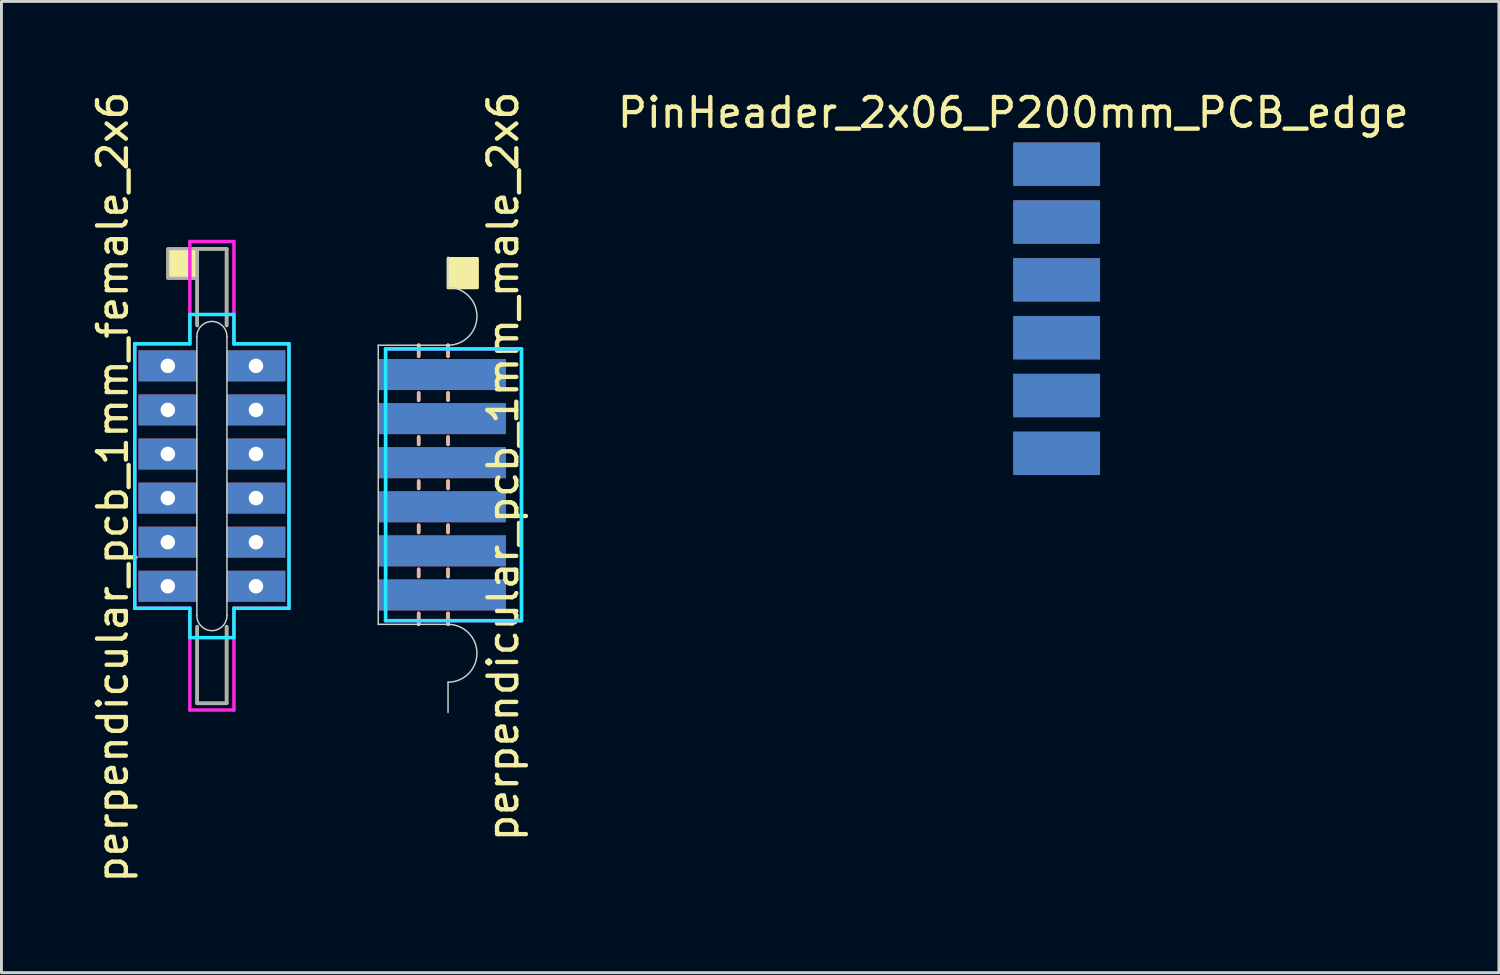
<source format=kicad_pcb>
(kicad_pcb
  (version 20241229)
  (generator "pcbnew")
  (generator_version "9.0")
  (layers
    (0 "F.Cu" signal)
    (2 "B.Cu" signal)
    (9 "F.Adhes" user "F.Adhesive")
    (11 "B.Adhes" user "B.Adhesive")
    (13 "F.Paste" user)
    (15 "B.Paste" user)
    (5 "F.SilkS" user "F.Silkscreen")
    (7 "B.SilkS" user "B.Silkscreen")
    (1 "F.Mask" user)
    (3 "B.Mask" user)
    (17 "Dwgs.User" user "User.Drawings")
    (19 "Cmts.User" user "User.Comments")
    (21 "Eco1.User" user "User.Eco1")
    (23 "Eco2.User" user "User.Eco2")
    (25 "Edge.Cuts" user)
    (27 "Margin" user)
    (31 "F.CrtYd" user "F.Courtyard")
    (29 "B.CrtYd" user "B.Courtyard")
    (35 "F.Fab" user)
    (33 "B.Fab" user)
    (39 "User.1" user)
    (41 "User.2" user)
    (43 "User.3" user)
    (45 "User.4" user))
  (footprint "PinHeader_2x06_P200mm_PCB_edge"
    (layer "F.Cu")
    (at 31.987 2.626)
    (property "Reference" "PinHeader_2x06_P200mm_PCB_edge" (at 0 -1.778 0) (layer "F.SilkS") (effects (font (size 1 1) (thickness 0.15))))
    (attr through_hole)
    (pad "1" smd rect (at 1.5 0) (size 3 1.5) (layers "B.Cu" "B.Mask"))
    (pad "2" smd rect (at 1.5 0) (size 3 1.5) (layers "F.Cu" "F.Mask"))
    (pad "3" smd rect (at 1.5 2) (size 3 1.5) (layers "B.Cu" "B.Mask"))
    (pad "4" smd rect (at 1.5 2) (size 3 1.5) (layers "F.Cu" "F.Mask"))
    (pad "5" smd rect (at 1.5 4) (size 3 1.5) (layers "B.Cu" "B.Mask"))
    (pad "6" smd rect (at 1.5 4) (size 3 1.5) (layers "F.Cu" "F.Mask"))
    (pad "7" smd rect (at 1.5 6) (size 3 1.5) (layers "B.Cu" "B.Mask"))
    (pad "8" smd rect (at 1.5 6) (size 3 1.5) (layers "F.Cu" "F.Mask"))
    (pad "9" smd rect (at 1.5 8) (size 3 1.5) (layers "B.Cu" "B.Mask"))
    (pad "10" smd rect (at 1.5 8) (size 3 1.5) (layers "F.Cu" "F.Mask"))
    (pad "11" smd rect (at 1.5 10) (size 3 1.5) (layers "B.Cu" "B.Mask"))
    (pad "12" smd rect (at 1.5 10) (size 3 1.5) (layers "F.Cu" "F.Mask")))
  (footprint "perpendicular_pcb_1mm_female_2x6"
    (layer "F.Cu")
    (at 4.277 9.601)
    (property "Reference" "perpendicular_pcb_1mm_female_2x6" (at -3.429 4.191 90) (layer "F.SilkS") (effects (font (size 1 1) (thickness 0.15))))
    (attr through_hole)
    (fp_line (start -0.508 -4.048) (end 0.508 -4.048) (stroke (width 0.12) (type solid)) (layer "F.SilkS"))
    (fp_line (start -0.508 -1.397) (end -0.508 -4.048) (stroke (width 0.12) (type solid)) (layer "F.SilkS"))
    (fp_line (start -0.508 11.668) (end -0.508 9.017) (stroke (width 0.12) (type solid)) (layer "F.SilkS"))
    (fp_line (start 0.508 -4.048) (end 0.508 -1.397) (stroke (width 0.12) (type solid)) (layer "F.SilkS"))
    (fp_line (start 0.508 9.017) (end 0.508 11.668) (stroke (width 0.12) (type solid)) (layer "F.SilkS"))
    (fp_line (start 0.508 11.668) (end -0.508 11.668) (stroke (width 0.12) (type solid)) (layer "F.SilkS"))
    (fp_poly (pts (xy -0.508 -3.032) (xy -1.524 -3.032) (xy -1.524 -4.048) (xy -0.508 -4.048)) (stroke (width 0.1) (type solid)) (fill yes) (layer "F.SilkS"))
    (fp_line (start -0.52 -1.016) (end -0.52 8.636) (stroke (width 0.05) (type solid)) (layer "Edge.Cuts"))
    (fp_line (start 0.52 -1.016) (end 0.52 8.636) (stroke (width 0.05) (type solid)) (layer "Edge.Cuts"))
    (fp_arc (start -0.52 -1.016) (mid 0 -1.536) (end 0.52 -1.016) (stroke (width 0.05) (type solid)) (layer "Edge.Cuts"))
    (fp_arc (start 0.52 8.636) (mid 0 9.156) (end -0.52 8.636) (stroke (width 0.05) (type solid)) (layer "Edge.Cuts"))
    (fp_line (start -2.667 -0.762) (end -0.762 -0.762) (stroke (width 0.12) (type solid)) (layer "B.CrtYd"))
    (fp_line (start -2.667 8.382) (end -2.667 -0.762) (stroke (width 0.12) (type solid)) (layer "B.CrtYd"))
    (fp_line (start -0.762 -1.778) (end 0.762 -1.778) (stroke (width 0.12) (type solid)) (layer "B.CrtYd"))
    (fp_line (start -0.762 -0.762) (end -0.762 -1.778) (stroke (width 0.12) (type solid)) (layer "B.CrtYd"))
    (fp_line (start -0.762 8.382) (end -2.667 8.382) (stroke (width 0.12) (type solid)) (layer "B.CrtYd"))
    (fp_line (start -0.762 8.382) (end -0.762 9.398) (stroke (width 0.12) (type solid)) (layer "B.CrtYd"))
    (fp_line (start 0.762 -1.778) (end 0.762 -0.762) (stroke (width 0.12) (type solid)) (layer "B.CrtYd"))
    (fp_line (start 0.762 -0.762) (end 2.667 -0.762) (stroke (width 0.12) (type solid)) (layer "B.CrtYd"))
    (fp_line (start 0.762 8.382) (end 0.762 9.398) (stroke (width 0.12) (type solid)) (layer "B.CrtYd"))
    (fp_line (start 0.762 9.398) (end -0.762 9.398) (stroke (width 0.12) (type solid)) (layer "B.CrtYd"))
    (fp_line (start 2.667 -0.762) (end 2.667 8.382) (stroke (width 0.12) (type solid)) (layer "B.CrtYd"))
    (fp_line (start 2.667 8.382) (end 0.762 8.382) (stroke (width 0.12) (type solid)) (layer "B.CrtYd"))
    (fp_line (start -2.667 -0.762) (end -0.762 -0.762) (stroke (width 0.12) (type solid)) (layer "F.CrtYd"))
    (fp_line (start -2.667 8.382) (end -2.667 -0.762) (stroke (width 0.12) (type solid)) (layer "F.CrtYd"))
    (fp_line (start -0.762 -4.3) (end 0.762 -4.3) (stroke (width 0.12) (type solid)) (layer "F.CrtYd"))
    (fp_line (start -0.762 -0.762) (end -0.762 -4.3) (stroke (width 0.12) (type solid)) (layer "F.CrtYd"))
    (fp_line (start -0.762 8.382) (end -2.667 8.382) (stroke (width 0.12) (type solid)) (layer "F.CrtYd"))
    (fp_line (start -0.762 11.9) (end -0.762 8.382) (stroke (width 0.12) (type solid)) (layer "F.CrtYd"))
    (fp_line (start 0.762 -4.3) (end 0.762 -0.762) (stroke (width 0.12) (type solid)) (layer "F.CrtYd"))
    (fp_line (start 0.762 -0.762) (end 2.667 -0.762) (stroke (width 0.12) (type solid)) (layer "F.CrtYd"))
    (fp_line (start 0.762 11.9) (end -0.762 11.9) (stroke (width 0.12) (type solid)) (layer "F.CrtYd"))
    (fp_line (start 0.762 11.9) (end 0.762 8.382) (stroke (width 0.12) (type solid)) (layer "F.CrtYd"))
    (fp_line (start 2.667 -0.762) (end 2.667 8.382) (stroke (width 0.12) (type solid)) (layer "F.CrtYd"))
    (fp_line (start 2.667 8.382) (end 0.762 8.382) (stroke (width 0.12) (type solid)) (layer "F.CrtYd"))
    (fp_line (start -0.508 -4.048) (end 0.508 -4.048) (stroke (width 0.12) (type solid)) (layer "F.Fab"))
    (fp_line (start -0.508 -1.397) (end -0.508 -4.048) (stroke (width 0.12) (type solid)) (layer "F.Fab"))
    (fp_line (start -0.508 11.668) (end -0.508 9.017) (stroke (width 0.12) (type solid)) (layer "F.Fab"))
    (fp_line (start 0.508 -4.048) (end 0.508 -1.397) (stroke (width 0.12) (type solid)) (layer "F.Fab"))
    (fp_line (start 0.508 9.017) (end 0.508 11.668) (stroke (width 0.12) (type solid)) (layer "F.Fab"))
    (fp_line (start 0.508 11.668) (end -0.508 11.668) (stroke (width 0.12) (type solid)) (layer "F.Fab"))
    (fp_poly (pts (xy -0.508 -3.032) (xy -1.524 -3.032) (xy -1.524 -4.048) (xy -0.508 -4.048)) (stroke (width 0.1) (type solid)) (fill no) (layer "F.Fab"))
    (pad "1" thru_hole rect (at -1.524 0) (size 2.032 1.07) (drill 0.5) (layers "*.Cu" "*.Mask"))
    (pad "2" thru_hole rect (at 1.524 0) (size 2.032 1.07) (drill 0.5) (layers "*.Cu" "*.Mask"))
    (pad "3" thru_hole rect (at -1.524 1.524) (size 2.032 1.07) (drill 0.5) (layers "*.Cu" "*.Mask"))
    (pad "4" thru_hole rect (at 1.524 1.524) (size 2.032 1.07) (drill 0.5) (layers "*.Cu" "*.Mask"))
    (pad "5" thru_hole rect (at -1.524 3.048) (size 2.032 1.07) (drill 0.5) (layers "*.Cu" "*.Mask"))
    (pad "6" thru_hole rect (at 1.524 3.048) (size 2.032 1.07) (drill 0.5) (layers "*.Cu" "*.Mask"))
    (pad "7" thru_hole rect (at -1.524 4.572) (size 2.032 1.07) (drill 0.5) (layers "*.Cu" "*.Mask"))
    (pad "8" thru_hole rect (at 1.524 4.572) (size 2.032 1.07) (drill 0.5) (layers "*.Cu" "*.Mask"))
    (pad "9" thru_hole rect (at -1.524 6.096) (size 2.032 1.07) (drill 0.5) (layers "*.Cu" "*.Mask"))
    (pad "10" thru_hole rect (at 1.524 6.096) (size 2.032 1.07) (drill 0.5) (layers "*.Cu" "*.Mask"))
    (pad "11" thru_hole rect (at -1.524 7.62) (size 2.032 1.07) (drill 0.5) (layers "*.Cu" "*.Mask"))
    (pad "12" thru_hole rect (at 1.524 7.62) (size 2.032 1.07) (drill 0.5) (layers "*.Cu" "*.Mask")))
  (footprint "perpendicular_pcb_1mm_male_2x6"
    (layer "F.Cu")
    (at 12.442 9.902)
    (property "Reference" "perpendicular_pcb_1mm_male_2x6" (at 1.905 3.175 270) (layer "F.SilkS") (effects (font (size 1 1) (thickness 0.15))))
    (attr through_hole)
    (fp_line (start -1.016 -0.635) (end -1.016 -1.016) (stroke (width 0.12) (type solid)) (layer "F.SilkS"))
    (fp_line (start -1.016 0.889) (end -1.016 0.635) (stroke (width 0.12) (type solid)) (layer "F.SilkS"))
    (fp_line (start -1.016 2.413) (end -1.016 2.159) (stroke (width 0.12) (type solid)) (layer "F.SilkS"))
    (fp_line (start -1.016 3.937) (end -1.016 3.683) (stroke (width 0.12) (type solid)) (layer "F.SilkS"))
    (fp_line (start -1.016 5.461) (end -1.016 5.207) (stroke (width 0.12) (type solid)) (layer "F.SilkS"))
    (fp_line (start -1.016 6.985) (end -1.016 6.731) (stroke (width 0.12) (type solid)) (layer "F.SilkS"))
    (fp_line (start -1.016 8.255) (end -1.016 8.636) (stroke (width 0.12) (type solid)) (layer "F.SilkS"))
    (fp_line (start 0 -1.016) (end 0 -0.635) (stroke (width 0.12) (type solid)) (layer "F.SilkS"))
    (fp_line (start 0 0.635) (end 0 0.889) (stroke (width 0.12) (type solid)) (layer "F.SilkS"))
    (fp_line (start 0 2.159) (end 0 2.413) (stroke (width 0.12) (type solid)) (layer "F.SilkS"))
    (fp_line (start 0 3.683) (end 0 3.937) (stroke (width 0.12) (type solid)) (layer "F.SilkS"))
    (fp_line (start 0 5.207) (end 0 5.461) (stroke (width 0.12) (type solid)) (layer "F.SilkS"))
    (fp_line (start 0 6.731) (end 0 6.985) (stroke (width 0.12) (type solid)) (layer "F.SilkS"))
    (fp_line (start 0 8.255) (end 0 8.636) (stroke (width 0.12) (type solid)) (layer "F.SilkS"))
    (fp_poly (pts (xy 1.016 -3) (xy 0 -3) (xy 0 -4.016) (xy 1.016 -4.016)) (stroke (width 0.1) (type solid)) (fill yes) (layer "F.SilkS"))
    (fp_line (start -1.016 -1.016) (end -1.016 -0.635) (stroke (width 0.12) (type solid)) (layer "B.SilkS"))
    (fp_line (start -1.016 0.635) (end -1.016 0.889) (stroke (width 0.12) (type solid)) (layer "B.SilkS"))
    (fp_line (start -1.016 2.159) (end -1.016 2.413) (stroke (width 0.12) (type solid)) (layer "B.SilkS"))
    (fp_line (start -1.016 3.683) (end -1.016 3.937) (stroke (width 0.12) (type solid)) (layer "B.SilkS"))
    (fp_line (start -1.016 5.207) (end -1.016 5.461) (stroke (width 0.12) (type solid)) (layer "B.SilkS"))
    (fp_line (start -1.016 6.731) (end -1.016 6.985) (stroke (width 0.12) (type solid)) (layer "B.SilkS"))
    (fp_line (start -1.016 8.255) (end -1.016 8.636) (stroke (width 0.12) (type solid)) (layer "B.SilkS"))
    (fp_line (start 0 -1.016) (end 0 -0.635) (stroke (width 0.12) (type solid)) (layer "B.SilkS"))
    (fp_line (start 0 0.635) (end 0 0.889) (stroke (width 0.12) (type solid)) (layer "B.SilkS"))
    (fp_line (start 0 2.159) (end 0 2.413) (stroke (width 0.12) (type solid)) (layer "B.SilkS"))
    (fp_line (start 0 3.683) (end 0 3.937) (stroke (width 0.12) (type solid)) (layer "B.SilkS"))
    (fp_line (start 0 5.207) (end 0 5.461) (stroke (width 0.12) (type solid)) (layer "B.SilkS"))
    (fp_line (start 0 6.731) (end 0 6.985) (stroke (width 0.12) (type solid)) (layer "B.SilkS"))
    (fp_line (start 0 8.255) (end 0 8.636) (stroke (width 0.12) (type solid)) (layer "B.SilkS"))
    (fp_line (start -2.413 -1.016) (end -2.413 8.636) (stroke (width 0.05) (type solid)) (layer "Edge.Cuts"))
    (fp_line (start -2.413 8.636) (end 0 8.636) (stroke (width 0.05) (type solid)) (layer "Edge.Cuts"))
    (fp_line (start 0 -3.016) (end 0 -4.064) (stroke (width 0.05) (type solid)) (layer "Edge.Cuts"))
    (fp_line (start 0 -1.016) (end -2.413 -1.016) (stroke (width 0.05) (type solid)) (layer "Edge.Cuts"))
    (fp_line (start 0 11.684) (end 0 10.636) (stroke (width 0.05) (type solid)) (layer "Edge.Cuts"))
    (fp_arc (start 0 -3.016) (mid 1 -2.016) (end 0 -1.016) (stroke (width 0.05) (type solid)) (layer "Edge.Cuts"))
    (fp_arc (start 0 8.636) (mid 1 9.636) (end 0 10.636) (stroke (width 0.05) (type solid)) (layer "Edge.Cuts"))
    (fp_line (start -2.159 -0.889) (end 2.54 -0.889) (stroke (width 0.12) (type solid)) (layer "B.CrtYd"))
    (fp_line (start -2.159 8.509) (end -2.159 -0.889) (stroke (width 0.12) (type solid)) (layer "B.CrtYd"))
    (fp_line (start 2.54 -0.889) (end 2.54 8.509) (stroke (width 0.12) (type solid)) (layer "B.CrtYd"))
    (fp_line (start 2.54 8.509) (end -2.159 8.509) (stroke (width 0.12) (type solid)) (layer "B.CrtYd"))
    (fp_line (start -2.159 -0.889) (end 2.54 -0.889) (stroke (width 0.12) (type solid)) (layer "F.CrtYd"))
    (fp_line (start -2.159 8.509) (end -2.159 -0.889) (stroke (width 0.12) (type solid)) (layer "F.CrtYd"))
    (fp_line (start 2.54 -0.889) (end 2.54 8.509) (stroke (width 0.12) (type solid)) (layer "F.CrtYd"))
    (fp_line (start 2.54 8.509) (end -2.159 8.509) (stroke (width 0.12) (type solid)) (layer "F.CrtYd"))
    (pad "1" smd rect (at -0.206 0) (size 4.413 1.07) (layers "F.Cu" "F.Mask"))
    (pad "2" smd rect (at -0.206 0) (size 4.413 1.07) (layers "B.Cu" "B.Mask"))
    (pad "3" smd rect (at -0.206 1.524) (size 4.413 1.07) (layers "F.Cu" "F.Mask"))
    (pad "4" smd rect (at -0.206 1.524) (size 4.413 1.07) (layers "B.Cu" "B.Mask"))
    (pad "5" smd rect (at -0.206 3.048) (size 4.413 1.07) (layers "F.Cu" "F.Mask"))
    (pad "6" smd rect (at -0.206 3.048) (size 4.413 1.07) (layers "B.Cu" "B.Mask"))
    (pad "7" smd rect (at -0.206 4.572) (size 4.413 1.07) (layers "F.Cu" "F.Mask"))
    (pad "8" smd rect (at -0.206 4.572) (size 4.413 1.07) (layers "B.Cu" "B.Mask"))
    (pad "9" smd rect (at -0.206 6.096) (size 4.413 1.07) (layers "F.Cu" "F.Mask"))
    (pad "10" smd rect (at -0.206 6.096) (size 4.413 1.07) (layers "B.Cu" "B.Mask"))
    (pad "11" smd rect (at -0.206 7.62) (size 4.413 1.07) (layers "F.Cu" "F.Mask"))
    (pad "12" smd rect (at -0.206 7.62) (size 4.413 1.07) (layers "B.Cu" "B.Mask")))
  (gr_rect
    (start -3 -3)
    (end 48.779 30.583)
    (stroke (width 0.1) (type default))
    (fill no)
    (layer "Edge.Cuts")))
</source>
